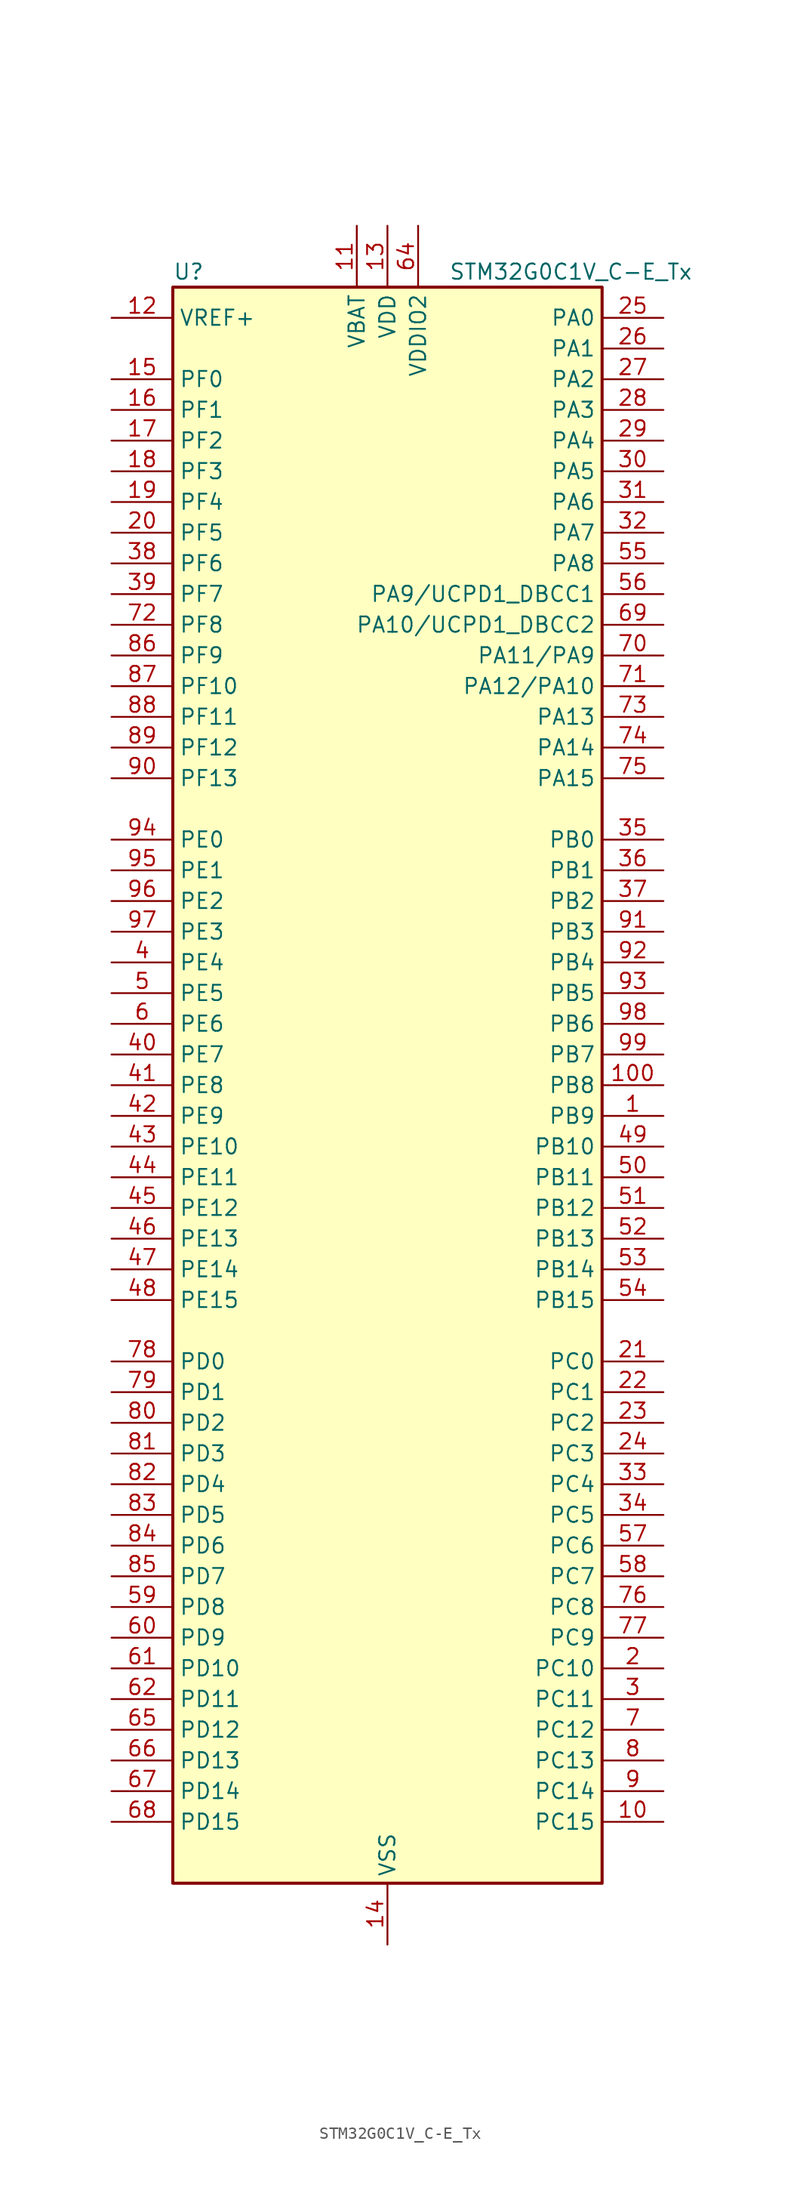
<source format=kicad_sym>
(kicad_symbol_lib
  (version 20211014)
  (generator kicad-library-utils)
  (symbol "STM32G0C1V_C-E_Tx"
    (property "Reference" "U"
      (at -17.78 67.31 0)
      (effects (font (size 1.27 1.27)) (justify left)))
    (property "Value" "STM32G0C1V_C-E_Tx"
      (at 5.08 67.31 0)
      (effects (font (size 1.27 1.27)) (justify left)))
    (property "ki_fp_filters" "LQFP*14x14mm*P0.5mm*"
      (at 0.0 0.0 0.0)
      (effects (font (size 1.27 1.27))))
    (symbol "STM32G0C1V_C-E_Tx_0_1"
      (rectangle (start -17.78 -66.04) (end 17.78 66.04) (stroke (width 0.254)) (fill (type background))))
    (symbol "STM32G0C1V_C-E_Tx_1_1"
      (pin input line (at -22.86 63.5 0) (length 5.08) (name "VREF+" (effects (font (size 1.27 1.27)))) (number "12" (effects (font (size 1.27 1.27)))) (alternate "VREFBUF_OUT" bidirectional line))
      (pin bidirectional line (at -22.86 58.42 0) (length 5.08) (name "PF0" (effects (font (size 1.27 1.27)))) (number "15" (effects (font (size 1.27 1.27)))) (alternate "CRS1_SYNC" bidirectional line) (alternate "RCC_OSC_IN" bidirectional line) (alternate "TIM14_CH1" bidirectional line))
      (pin bidirectional line (at -22.86 55.88 0) (length 5.08) (name "PF1" (effects (font (size 1.27 1.27)))) (number "16" (effects (font (size 1.27 1.27)))) (alternate "RCC_OSC_EN" bidirectional line) (alternate "RCC_OSC_OUT" bidirectional line) (alternate "TIM15_CH1N" bidirectional line))
      (pin bidirectional line (at -22.86 53.34 0) (length 5.08) (name "PF2" (effects (font (size 1.27 1.27)))) (number "17" (effects (font (size 1.27 1.27)))) (alternate "LPUART2_DE" bidirectional line) (alternate "LPUART2_RTS" bidirectional line) (alternate "LPUART2_TX" bidirectional line) (alternate "RCC_MCO" bidirectional line))
      (pin bidirectional line (at -22.86 50.8 0) (length 5.08) (name "PF3" (effects (font (size 1.27 1.27)))) (number "18" (effects (font (size 1.27 1.27)))) (alternate "LPUART2_RX" bidirectional line) (alternate "USART6_CK" bidirectional line) (alternate "USART6_DE" bidirectional line) (alternate "USART6_RTS" bidirectional line))
      (pin bidirectional line (at -22.86 48.26 0) (length 5.08) (name "PF4" (effects (font (size 1.27 1.27)))) (number "19" (effects (font (size 1.27 1.27)))) (alternate "LPUART1_TX" bidirectional line))
      (pin bidirectional line (at -22.86 45.72 0) (length 5.08) (name "PF5" (effects (font (size 1.27 1.27)))) (number "20" (effects (font (size 1.27 1.27)))) (alternate "LPUART1_RX" bidirectional line))
      (pin bidirectional line (at -22.86 43.18 0) (length 5.08) (name "PF6" (effects (font (size 1.27 1.27)))) (number "38" (effects (font (size 1.27 1.27)))) (alternate "LPUART1_DE" bidirectional line) (alternate "LPUART1_RTS" bidirectional line))
      (pin bidirectional line (at -22.86 40.64 0) (length 5.08) (name "PF7" (effects (font (size 1.27 1.27)))) (number "39" (effects (font (size 1.27 1.27)))) (alternate "LPUART1_CTS" bidirectional line) (alternate "USART5_CTS" bidirectional line) (alternate "USART5_NSS" bidirectional line))
      (pin bidirectional line (at -22.86 38.1 0) (length 5.08) (name "PF8" (effects (font (size 1.27 1.27)))) (number "72" (effects (font (size 1.27 1.27)))))
      (pin bidirectional line (at -22.86 35.56 0) (length 5.08) (name "PF9" (effects (font (size 1.27 1.27)))) (number "86" (effects (font (size 1.27 1.27)))) (alternate "DAC1_EXTI9" bidirectional line) (alternate "USART6_TX" bidirectional line))
      (pin bidirectional line (at -22.86 33.02 0) (length 5.08) (name "PF10" (effects (font (size 1.27 1.27)))) (number "87" (effects (font (size 1.27 1.27)))) (alternate "USART6_RX" bidirectional line))
      (pin bidirectional line (at -22.86 30.48 0) (length 5.08) (name "PF11" (effects (font (size 1.27 1.27)))) (number "88" (effects (font (size 1.27 1.27)))) (alternate "ADC1_EXTI11" bidirectional line) (alternate "USART6_CK" bidirectional line) (alternate "USART6_DE" bidirectional line) (alternate "USART6_RTS" bidirectional line))
      (pin bidirectional line (at -22.86 27.94 0) (length 5.08) (name "PF12" (effects (font (size 1.27 1.27)))) (number "89" (effects (font (size 1.27 1.27)))) (alternate "TIM15_CH1" bidirectional line) (alternate "USART6_CTS" bidirectional line) (alternate "USART6_NSS" bidirectional line))
      (pin bidirectional line (at -22.86 25.4 0) (length 5.08) (name "PF13" (effects (font (size 1.27 1.27)))) (number "90" (effects (font (size 1.27 1.27)))) (alternate "TIM15_CH2" bidirectional line))
      (pin bidirectional line (at -22.86 20.32 0) (length 5.08) (name "PE0" (effects (font (size 1.27 1.27)))) (number "94" (effects (font (size 1.27 1.27)))) (alternate "TIM16_CH1" bidirectional line) (alternate "TIM4_ETR" bidirectional line))
      (pin bidirectional line (at -22.86 17.78 0) (length 5.08) (name "PE1" (effects (font (size 1.27 1.27)))) (number "95" (effects (font (size 1.27 1.27)))) (alternate "TIM17_CH1" bidirectional line))
      (pin bidirectional line (at -22.86 15.24 0) (length 5.08) (name "PE2" (effects (font (size 1.27 1.27)))) (number "96" (effects (font (size 1.27 1.27)))) (alternate "TIM3_ETR" bidirectional line))
      (pin bidirectional line (at -22.86 12.7 0) (length 5.08) (name "PE3" (effects (font (size 1.27 1.27)))) (number "97" (effects (font (size 1.27 1.27)))) (alternate "TIM3_CH1" bidirectional line))
      (pin bidirectional line (at -22.86 10.16 0) (length 5.08) (name "PE4" (effects (font (size 1.27 1.27)))) (number "4" (effects (font (size 1.27 1.27)))) (alternate "TIM3_CH2" bidirectional line))
      (pin bidirectional line (at -22.86 7.62 0) (length 5.08) (name "PE5" (effects (font (size 1.27 1.27)))) (number "5" (effects (font (size 1.27 1.27)))) (alternate "TIM3_CH3" bidirectional line))
      (pin bidirectional line (at -22.86 5.08 0) (length 5.08) (name "PE6" (effects (font (size 1.27 1.27)))) (number "6" (effects (font (size 1.27 1.27)))) (alternate "RTC_TAMP_IN3" bidirectional line) (alternate "SYS_WKUP3" bidirectional line) (alternate "TIM3_CH4" bidirectional line))
      (pin bidirectional line (at -22.86 2.54 0) (length 5.08) (name "PE7" (effects (font (size 1.27 1.27)))) (number "40" (effects (font (size 1.27 1.27)))) (alternate "COMP3_INP" bidirectional line) (alternate "TIM1_ETR" bidirectional line) (alternate "USART5_CK" bidirectional line) (alternate "USART5_DE" bidirectional line) (alternate "USART5_RTS" bidirectional line))
      (pin bidirectional line (at -22.86 0.0 0) (length 5.08) (name "PE8" (effects (font (size 1.27 1.27)))) (number "41" (effects (font (size 1.27 1.27)))) (alternate "COMP3_INM" bidirectional line) (alternate "TIM1_CH1N" bidirectional line) (alternate "USART4_TX" bidirectional line))
      (pin bidirectional line (at -22.86 -2.54 0) (length 5.08) (name "PE9" (effects (font (size 1.27 1.27)))) (number "42" (effects (font (size 1.27 1.27)))) (alternate "DAC1_EXTI9" bidirectional line) (alternate "TIM1_CH1" bidirectional line) (alternate "USART4_RX" bidirectional line))
      (pin bidirectional line (at -22.86 -5.08 0) (length 5.08) (name "PE10" (effects (font (size 1.27 1.27)))) (number "43" (effects (font (size 1.27 1.27)))) (alternate "TIM1_CH2N" bidirectional line) (alternate "USART5_TX" bidirectional line))
      (pin bidirectional line (at -22.86 -7.62 0) (length 5.08) (name "PE11" (effects (font (size 1.27 1.27)))) (number "44" (effects (font (size 1.27 1.27)))) (alternate "ADC1_EXTI11" bidirectional line) (alternate "TIM1_CH2" bidirectional line) (alternate "USART5_RX" bidirectional line))
      (pin bidirectional line (at -22.86 -10.16 0) (length 5.08) (name "PE12" (effects (font (size 1.27 1.27)))) (number "45" (effects (font (size 1.27 1.27)))) (alternate "I2S1_WS" bidirectional line) (alternate "SPI1_NSS" bidirectional line) (alternate "TIM1_CH3N" bidirectional line))
      (pin bidirectional line (at -22.86 -12.7 0) (length 5.08) (name "PE13" (effects (font (size 1.27 1.27)))) (number "46" (effects (font (size 1.27 1.27)))) (alternate "I2S1_CK" bidirectional line) (alternate "SPI1_SCK" bidirectional line) (alternate "TIM1_CH3" bidirectional line))
      (pin bidirectional line (at -22.86 -15.24 0) (length 5.08) (name "PE14" (effects (font (size 1.27 1.27)))) (number "47" (effects (font (size 1.27 1.27)))) (alternate "I2S1_MCK" bidirectional line) (alternate "SPI1_MISO" bidirectional line) (alternate "TIM1_BK2" bidirectional line) (alternate "TIM1_CH4" bidirectional line))
      (pin bidirectional line (at -22.86 -17.78 0) (length 5.08) (name "PE15" (effects (font (size 1.27 1.27)))) (number "48" (effects (font (size 1.27 1.27)))) (alternate "I2S1_SD" bidirectional line) (alternate "SPI1_MOSI" bidirectional line) (alternate "TIM1_BK" bidirectional line))
      (pin bidirectional line (at -22.86 -22.86 0) (length 5.08) (name "PD0" (effects (font (size 1.27 1.27)))) (number "78" (effects (font (size 1.27 1.27)))) (alternate "FDCAN1_RX" bidirectional line) (alternate "I2S2_WS" bidirectional line) (alternate "SPI2_NSS" bidirectional line) (alternate "TIM16_CH1" bidirectional line) (alternate "UCPD2_CC1" bidirectional line))
      (pin bidirectional line (at -22.86 -25.4 0) (length 5.08) (name "PD1" (effects (font (size 1.27 1.27)))) (number "79" (effects (font (size 1.27 1.27)))) (alternate "FDCAN1_TX" bidirectional line) (alternate "I2S2_CK" bidirectional line) (alternate "SPI2_SCK" bidirectional line) (alternate "TIM17_CH1" bidirectional line) (alternate "UCPD2_DBCC1" bidirectional line))
      (pin bidirectional line (at -22.86 -27.94 0) (length 5.08) (name "PD2" (effects (font (size 1.27 1.27)))) (number "80" (effects (font (size 1.27 1.27)))) (alternate "TIM1_CH1N" bidirectional line) (alternate "TIM3_ETR" bidirectional line) (alternate "UCPD2_CC2" bidirectional line) (alternate "USART3_CK" bidirectional line) (alternate "USART3_DE" bidirectional line) (alternate "USART3_RTS" bidirectional line) (alternate "USART5_RX" bidirectional line))
      (pin bidirectional line (at -22.86 -30.48 0) (length 5.08) (name "PD3" (effects (font (size 1.27 1.27)))) (number "81" (effects (font (size 1.27 1.27)))) (alternate "I2S2_MCK" bidirectional line) (alternate "SPI2_MISO" bidirectional line) (alternate "TIM1_CH2N" bidirectional line) (alternate "UCPD2_DBCC2" bidirectional line) (alternate "USART2_CTS" bidirectional line) (alternate "USART2_NSS" bidirectional line) (alternate "USART5_TX" bidirectional line))
      (pin bidirectional line (at -22.86 -33.02 0) (length 5.08) (name "PD4" (effects (font (size 1.27 1.27)))) (number "82" (effects (font (size 1.27 1.27)))) (alternate "I2S2_SD" bidirectional line) (alternate "SPI2_MOSI" bidirectional line) (alternate "TIM1_CH3N" bidirectional line) (alternate "USART2_CK" bidirectional line) (alternate "USART2_DE" bidirectional line) (alternate "USART2_RTS" bidirectional line) (alternate "USART5_CK" bidirectional line) (alternate "USART5_DE" bidirectional line) (alternate "USART5_RTS" bidirectional line))
      (pin bidirectional line (at -22.86 -35.56 0) (length 5.08) (name "PD5" (effects (font (size 1.27 1.27)))) (number "83" (effects (font (size 1.27 1.27)))) (alternate "I2S1_MCK" bidirectional line) (alternate "SPI1_MISO" bidirectional line) (alternate "TIM1_BK" bidirectional line) (alternate "USART2_TX" bidirectional line) (alternate "USART5_CTS" bidirectional line) (alternate "USART5_NSS" bidirectional line))
      (pin bidirectional line (at -22.86 -38.1 0) (length 5.08) (name "PD6" (effects (font (size 1.27 1.27)))) (number "84" (effects (font (size 1.27 1.27)))) (alternate "I2S1_SD" bidirectional line) (alternate "LPTIM2_OUT" bidirectional line) (alternate "SPI1_MOSI" bidirectional line) (alternate "USART2_RX" bidirectional line))
      (pin bidirectional line (at -22.86 -40.64 0) (length 5.08) (name "PD7" (effects (font (size 1.27 1.27)))) (number "85" (effects (font (size 1.27 1.27)))) (alternate "RCC_MCO_2" bidirectional line))
      (pin bidirectional line (at -22.86 -43.18 0) (length 5.08) (name "PD8" (effects (font (size 1.27 1.27)))) (number "59" (effects (font (size 1.27 1.27)))) (alternate "I2S1_CK" bidirectional line) (alternate "LPTIM1_OUT" bidirectional line) (alternate "SPI1_SCK" bidirectional line) (alternate "USART3_TX" bidirectional line))
      (pin bidirectional line (at -22.86 -45.72 0) (length 5.08) (name "PD9" (effects (font (size 1.27 1.27)))) (number "60" (effects (font (size 1.27 1.27)))) (alternate "DAC1_EXTI9" bidirectional line) (alternate "I2S1_WS" bidirectional line) (alternate "SPI1_NSS" bidirectional line) (alternate "TIM1_BK2" bidirectional line) (alternate "USART3_RX" bidirectional line))
      (pin bidirectional line (at -22.86 -48.26 0) (length 5.08) (name "PD10" (effects (font (size 1.27 1.27)))) (number "61" (effects (font (size 1.27 1.27)))) (alternate "RCC_MCO" bidirectional line))
      (pin bidirectional line (at -22.86 -50.8 0) (length 5.08) (name "PD11" (effects (font (size 1.27 1.27)))) (number "62" (effects (font (size 1.27 1.27)))) (alternate "ADC1_EXTI11" bidirectional line) (alternate "LPTIM2_ETR" bidirectional line) (alternate "USART3_CTS" bidirectional line) (alternate "USART3_NSS" bidirectional line))
      (pin bidirectional line (at -22.86 -53.34 0) (length 5.08) (name "PD12" (effects (font (size 1.27 1.27)))) (number "65" (effects (font (size 1.27 1.27)))) (alternate "FDCAN1_RX" bidirectional line) (alternate "LPTIM2_IN1" bidirectional line) (alternate "TIM4_CH1" bidirectional line) (alternate "USART3_CK" bidirectional line) (alternate "USART3_DE" bidirectional line) (alternate "USART3_RTS" bidirectional line))
      (pin bidirectional line (at -22.86 -55.88 0) (length 5.08) (name "PD13" (effects (font (size 1.27 1.27)))) (number "66" (effects (font (size 1.27 1.27)))) (alternate "FDCAN1_TX" bidirectional line) (alternate "LPTIM2_OUT" bidirectional line) (alternate "TIM4_CH2" bidirectional line))
      (pin bidirectional line (at -22.86 -58.42 0) (length 5.08) (name "PD14" (effects (font (size 1.27 1.27)))) (number "67" (effects (font (size 1.27 1.27)))) (alternate "FDCAN2_RX" bidirectional line) (alternate "LPUART2_CTS" bidirectional line) (alternate "TIM4_CH3" bidirectional line))
      (pin bidirectional line (at -22.86 -60.96 0) (length 5.08) (name "PD15" (effects (font (size 1.27 1.27)))) (number "68" (effects (font (size 1.27 1.27)))) (alternate "CRS1_SYNC" bidirectional line) (alternate "FDCAN2_TX" bidirectional line) (alternate "LPUART2_DE" bidirectional line) (alternate "LPUART2_RTS" bidirectional line) (alternate "TIM4_CH4" bidirectional line))
      (pin bidirectional line (at 22.86 63.5 180) (length 5.08) (name "PA0" (effects (font (size 1.27 1.27)))) (number "25" (effects (font (size 1.27 1.27)))) (alternate "ADC1_IN0" bidirectional line) (alternate "COMP1_INM" bidirectional line) (alternate "COMP1_OUT" bidirectional line) (alternate "I2S2_CK" bidirectional line) (alternate "LPTIM1_OUT" bidirectional line) (alternate "RTC_TAMP_IN2" bidirectional line) (alternate "SPI2_SCK" bidirectional line) (alternate "SYS_WKUP1" bidirectional line) (alternate "TIM2_CH1" bidirectional line) (alternate "TIM2_ETR" bidirectional line) (alternate "UCPD2_FRSTX1" bidirectional line) (alternate "UCPD2_FRSTX2" bidirectional line) (alternate "USART2_CTS" bidirectional line) (alternate "USART2_NSS" bidirectional line) (alternate "USART4_TX" bidirectional line))
      (pin bidirectional line (at 22.86 60.96 180) (length 5.08) (name "PA1" (effects (font (size 1.27 1.27)))) (number "26" (effects (font (size 1.27 1.27)))) (alternate "ADC1_IN1" bidirectional line) (alternate "COMP1_INP" bidirectional line) (alternate "I2C1_SMBA" bidirectional line) (alternate "I2S1_CK" bidirectional line) (alternate "SPI1_SCK" bidirectional line) (alternate "TIM15_CH1N" bidirectional line) (alternate "TIM2_CH2" bidirectional line) (alternate "USART2_CK" bidirectional line) (alternate "USART2_DE" bidirectional line) (alternate "USART2_RTS" bidirectional line) (alternate "USART4_RX" bidirectional line))
      (pin bidirectional line (at 22.86 58.42 180) (length 5.08) (name "PA2" (effects (font (size 1.27 1.27)))) (number "27" (effects (font (size 1.27 1.27)))) (alternate "ADC1_IN2" bidirectional line) (alternate "COMP2_INM" bidirectional line) (alternate "COMP2_OUT" bidirectional line) (alternate "I2S1_SD" bidirectional line) (alternate "LPUART1_TX" bidirectional line) (alternate "RCC_LSCO" bidirectional line) (alternate "SPI1_MOSI" bidirectional line) (alternate "SYS_WKUP4" bidirectional line) (alternate "TIM15_CH1" bidirectional line) (alternate "TIM2_CH3" bidirectional line) (alternate "UCPD1_FRSTX1" bidirectional line) (alternate "UCPD1_FRSTX2" bidirectional line) (alternate "USART2_TX" bidirectional line))
      (pin bidirectional line (at 22.86 55.88 180) (length 5.08) (name "PA3" (effects (font (size 1.27 1.27)))) (number "28" (effects (font (size 1.27 1.27)))) (alternate "ADC1_IN3" bidirectional line) (alternate "COMP2_INP" bidirectional line) (alternate "I2S2_MCK" bidirectional line) (alternate "LPUART1_RX" bidirectional line) (alternate "SPI2_MISO" bidirectional line) (alternate "TIM15_CH2" bidirectional line) (alternate "TIM2_CH4" bidirectional line) (alternate "UCPD2_FRSTX1" bidirectional line) (alternate "UCPD2_FRSTX2" bidirectional line) (alternate "USART2_RX" bidirectional line))
      (pin bidirectional line (at 22.86 53.34 180) (length 5.08) (name "PA4" (effects (font (size 1.27 1.27)))) (number "29" (effects (font (size 1.27 1.27)))) (alternate "ADC1_IN4" bidirectional line) (alternate "DAC1_OUT1" bidirectional line) (alternate "I2S1_WS" bidirectional line) (alternate "I2S2_SD" bidirectional line) (alternate "LPTIM2_OUT" bidirectional line) (alternate "RTC_OUT2" bidirectional line) (alternate "SPI1_NSS" bidirectional line) (alternate "SPI2_MOSI" bidirectional line) (alternate "SPI3_NSS" bidirectional line) (alternate "TIM14_CH1" bidirectional line) (alternate "UCPD2_FRSTX1" bidirectional line) (alternate "UCPD2_FRSTX2" bidirectional line) (alternate "USART6_TX" bidirectional line) (alternate "USB_NOE" bidirectional line))
      (pin bidirectional line (at 22.86 50.8 180) (length 5.08) (name "PA5" (effects (font (size 1.27 1.27)))) (number "30" (effects (font (size 1.27 1.27)))) (alternate "ADC1_IN5" bidirectional line) (alternate "CEC" bidirectional line) (alternate "DAC1_OUT2" bidirectional line) (alternate "I2S1_CK" bidirectional line) (alternate "LPTIM2_ETR" bidirectional line) (alternate "SPI1_SCK" bidirectional line) (alternate "TIM2_CH1" bidirectional line) (alternate "TIM2_ETR" bidirectional line) (alternate "UCPD1_FRSTX1" bidirectional line) (alternate "UCPD1_FRSTX2" bidirectional line) (alternate "USART3_TX" bidirectional line) (alternate "USART6_RX" bidirectional line))
      (pin bidirectional line (at 22.86 48.26 180) (length 5.08) (name "PA6" (effects (font (size 1.27 1.27)))) (number "31" (effects (font (size 1.27 1.27)))) (alternate "ADC1_IN6" bidirectional line) (alternate "COMP1_OUT" bidirectional line) (alternate "I2C2_SDA" bidirectional line) (alternate "I2C3_SDA" bidirectional line) (alternate "I2S1_MCK" bidirectional line) (alternate "LPUART1_CTS" bidirectional line) (alternate "SPI1_MISO" bidirectional line) (alternate "TIM16_CH1" bidirectional line) (alternate "TIM1_BK" bidirectional line) (alternate "TIM3_CH1" bidirectional line) (alternate "USART3_CTS" bidirectional line) (alternate "USART3_NSS" bidirectional line) (alternate "USART6_CTS" bidirectional line) (alternate "USART6_NSS" bidirectional line))
      (pin bidirectional line (at 22.86 45.72 180) (length 5.08) (name "PA7" (effects (font (size 1.27 1.27)))) (number "32" (effects (font (size 1.27 1.27)))) (alternate "ADC1_IN7" bidirectional line) (alternate "COMP2_OUT" bidirectional line) (alternate "I2C2_SCL" bidirectional line) (alternate "I2C3_SCL" bidirectional line) (alternate "I2S1_SD" bidirectional line) (alternate "SPI1_MOSI" bidirectional line) (alternate "TIM14_CH1" bidirectional line) (alternate "TIM17_CH1" bidirectional line) (alternate "TIM1_CH1N" bidirectional line) (alternate "TIM3_CH2" bidirectional line) (alternate "UCPD1_FRSTX1" bidirectional line) (alternate "UCPD1_FRSTX2" bidirectional line) (alternate "USART6_CK" bidirectional line) (alternate "USART6_DE" bidirectional line) (alternate "USART6_RTS" bidirectional line))
      (pin bidirectional line (at 22.86 43.18 180) (length 5.08) (name "PA8" (effects (font (size 1.27 1.27)))) (number "55" (effects (font (size 1.27 1.27)))) (alternate "CRS1_SYNC" bidirectional line) (alternate "I2C2_SMBA" bidirectional line) (alternate "I2S2_WS" bidirectional line) (alternate "LPTIM2_OUT" bidirectional line) (alternate "RCC_MCO" bidirectional line) (alternate "SPI2_NSS" bidirectional line) (alternate "TIM1_CH1" bidirectional line) (alternate "UCPD1_CC1" bidirectional line))
      (pin bidirectional line (at 22.86 40.64 180) (length 5.08) (name "PA9/UCPD1_DBCC1" (effects (font (size 1.27 1.27)))) (number "56" (effects (font (size 1.27 1.27)))) (alternate "DAC1_EXTI9" bidirectional line) (alternate "I2C1_SCL" bidirectional line) (alternate "I2C2_SCL" bidirectional line) (alternate "I2S2_MCK" bidirectional line) (alternate "RCC_MCO" bidirectional line) (alternate "SPI2_MISO" bidirectional line) (alternate "TIM15_BK" bidirectional line) (alternate "TIM1_CH2" bidirectional line) (alternate "UCPD1_DBCC1" bidirectional line) (alternate "USART1_TX" bidirectional line))
      (pin bidirectional line (at 22.86 38.1 180) (length 5.08) (name "PA10/UCPD1_DBCC2" (effects (font (size 1.27 1.27)))) (number "69" (effects (font (size 1.27 1.27)))) (alternate "I2C1_SDA" bidirectional line) (alternate "I2C2_SDA" bidirectional line) (alternate "I2S2_SD" bidirectional line) (alternate "RCC_MCO_2" bidirectional line) (alternate "SPI2_MOSI" bidirectional line) (alternate "TIM17_BK" bidirectional line) (alternate "TIM1_CH3" bidirectional line) (alternate "UCPD1_DBCC2" bidirectional line) (alternate "USART1_RX" bidirectional line))
      (pin bidirectional line (at 22.86 35.56 180) (length 5.08) (name "PA11/PA9" (effects (font (size 1.27 1.27)))) (number "70" (effects (font (size 1.27 1.27)))) (alternate "ADC1_EXTI11" bidirectional line) (alternate "COMP1_OUT" bidirectional line) (alternate "FDCAN1_RX" bidirectional line) (alternate "I2C2_SCL" bidirectional line) (alternate "I2S1_MCK" bidirectional line) (alternate "SPI1_MISO" bidirectional line) (alternate "TIM1_BK2" bidirectional line) (alternate "TIM1_CH4" bidirectional line) (alternate "USART1_CTS" bidirectional line) (alternate "USART1_NSS" bidirectional line) (alternate "USB_DM" bidirectional line))
      (pin bidirectional line (at 22.86 33.02 180) (length 5.08) (name "PA12/PA10" (effects (font (size 1.27 1.27)))) (number "71" (effects (font (size 1.27 1.27)))) (alternate "COMP2_OUT" bidirectional line) (alternate "FDCAN1_TX" bidirectional line) (alternate "I2C2_SDA" bidirectional line) (alternate "I2S1_SD" bidirectional line) (alternate "I2S_CKIN" bidirectional line) (alternate "SPI1_MOSI" bidirectional line) (alternate "TIM1_ETR" bidirectional line) (alternate "USART1_CK" bidirectional line) (alternate "USART1_DE" bidirectional line) (alternate "USART1_RTS" bidirectional line) (alternate "USB_DP" bidirectional line))
      (pin bidirectional line (at 22.86 30.48 180) (length 5.08) (name "PA13" (effects (font (size 1.27 1.27)))) (number "73" (effects (font (size 1.27 1.27)))) (alternate "IR_OUT" bidirectional line) (alternate "LPUART2_RX" bidirectional line) (alternate "SYS_SWDIO" bidirectional line) (alternate "USB_NOE" bidirectional line))
      (pin bidirectional line (at 22.86 27.94 180) (length 5.08) (name "PA14" (effects (font (size 1.27 1.27)))) (number "74" (effects (font (size 1.27 1.27)))) (alternate "LPUART2_TX" bidirectional line) (alternate "SYS_SWCLK" bidirectional line) (alternate "USART2_TX" bidirectional line))
      (pin bidirectional line (at 22.86 25.4 180) (length 5.08) (name "PA15" (effects (font (size 1.27 1.27)))) (number "75" (effects (font (size 1.27 1.27)))) (alternate "I2C2_SMBA" bidirectional line) (alternate "I2S1_WS" bidirectional line) (alternate "RCC_MCO_2" bidirectional line) (alternate "SPI1_NSS" bidirectional line) (alternate "SPI3_NSS" bidirectional line) (alternate "TIM2_CH1" bidirectional line) (alternate "TIM2_ETR" bidirectional line) (alternate "USART2_RX" bidirectional line) (alternate "USART3_CK" bidirectional line) (alternate "USART3_DE" bidirectional line) (alternate "USART3_RTS" bidirectional line) (alternate "USART4_CK" bidirectional line) (alternate "USART4_DE" bidirectional line) (alternate "USART4_RTS" bidirectional line) (alternate "USB_NOE" bidirectional line))
      (pin bidirectional line (at 22.86 20.32 180) (length 5.08) (name "PB0" (effects (font (size 1.27 1.27)))) (number "35" (effects (font (size 1.27 1.27)))) (alternate "ADC1_IN8" bidirectional line) (alternate "COMP1_OUT" bidirectional line) (alternate "COMP3_INP" bidirectional line) (alternate "FDCAN2_RX" bidirectional line) (alternate "I2S1_WS" bidirectional line) (alternate "LPTIM1_OUT" bidirectional line) (alternate "LPUART2_CTS" bidirectional line) (alternate "SPI1_NSS" bidirectional line) (alternate "TIM1_CH2N" bidirectional line) (alternate "TIM3_CH3" bidirectional line) (alternate "UCPD1_FRSTX1" bidirectional line) (alternate "UCPD1_FRSTX2" bidirectional line) (alternate "USART3_RX" bidirectional line) (alternate "USART5_TX" bidirectional line))
      (pin bidirectional line (at 22.86 17.78 180) (length 5.08) (name "PB1" (effects (font (size 1.27 1.27)))) (number "36" (effects (font (size 1.27 1.27)))) (alternate "ADC1_IN9" bidirectional line) (alternate "COMP1_INM" bidirectional line) (alternate "COMP3_OUT" bidirectional line) (alternate "FDCAN2_TX" bidirectional line) (alternate "LPTIM2_IN1" bidirectional line) (alternate "LPUART1_DE" bidirectional line) (alternate "LPUART1_RTS" bidirectional line) (alternate "LPUART2_DE" bidirectional line) (alternate "LPUART2_RTS" bidirectional line) (alternate "TIM14_CH1" bidirectional line) (alternate "TIM1_CH3N" bidirectional line) (alternate "TIM3_CH4" bidirectional line) (alternate "USART3_CK" bidirectional line) (alternate "USART3_DE" bidirectional line) (alternate "USART3_RTS" bidirectional line) (alternate "USART5_RX" bidirectional line))
      (pin bidirectional line (at 22.86 15.24 180) (length 5.08) (name "PB2" (effects (font (size 1.27 1.27)))) (number "37" (effects (font (size 1.27 1.27)))) (alternate "ADC1_IN10" bidirectional line) (alternate "COMP1_INP" bidirectional line) (alternate "COMP3_INM" bidirectional line) (alternate "I2S2_MCK" bidirectional line) (alternate "LPTIM1_OUT" bidirectional line) (alternate "RCC_MCO_2" bidirectional line) (alternate "SPI2_MISO" bidirectional line) (alternate "USART3_TX" bidirectional line))
      (pin bidirectional line (at 22.86 12.7 180) (length 5.08) (name "PB3" (effects (font (size 1.27 1.27)))) (number "91" (effects (font (size 1.27 1.27)))) (alternate "COMP2_INM" bidirectional line) (alternate "I2C2_SCL" bidirectional line) (alternate "I2C3_SCL" bidirectional line) (alternate "I2S1_CK" bidirectional line) (alternate "SPI1_SCK" bidirectional line) (alternate "SPI3_SCK" bidirectional line) (alternate "TIM1_CH2" bidirectional line) (alternate "TIM2_CH2" bidirectional line) (alternate "USART1_CK" bidirectional line) (alternate "USART1_DE" bidirectional line) (alternate "USART1_RTS" bidirectional line) (alternate "USART5_TX" bidirectional line))
      (pin bidirectional line (at 22.86 10.16 180) (length 5.08) (name "PB4" (effects (font (size 1.27 1.27)))) (number "92" (effects (font (size 1.27 1.27)))) (alternate "COMP2_INP" bidirectional line) (alternate "I2C2_SDA" bidirectional line) (alternate "I2C3_SDA" bidirectional line) (alternate "I2S1_MCK" bidirectional line) (alternate "SPI1_MISO" bidirectional line) (alternate "SPI3_MISO" bidirectional line) (alternate "TIM17_BK" bidirectional line) (alternate "TIM3_CH1" bidirectional line) (alternate "USART1_CTS" bidirectional line) (alternate "USART1_NSS" bidirectional line) (alternate "USART5_RX" bidirectional line))
      (pin bidirectional line (at 22.86 7.62 180) (length 5.08) (name "PB5" (effects (font (size 1.27 1.27)))) (number "93" (effects (font (size 1.27 1.27)))) (alternate "COMP2_OUT" bidirectional line) (alternate "FDCAN2_RX" bidirectional line) (alternate "I2C1_SMBA" bidirectional line) (alternate "I2S1_SD" bidirectional line) (alternate "LPTIM1_IN1" bidirectional line) (alternate "SPI1_MOSI" bidirectional line) (alternate "SPI3_MOSI" bidirectional line) (alternate "SYS_WKUP6" bidirectional line) (alternate "TIM16_BK" bidirectional line) (alternate "TIM3_CH2" bidirectional line) (alternate "USART5_CK" bidirectional line) (alternate "USART5_DE" bidirectional line) (alternate "USART5_RTS" bidirectional line))
      (pin bidirectional line (at 22.86 5.08 180) (length 5.08) (name "PB6" (effects (font (size 1.27 1.27)))) (number "98" (effects (font (size 1.27 1.27)))) (alternate "COMP2_INP" bidirectional line) (alternate "FDCAN2_TX" bidirectional line) (alternate "I2C1_SCL" bidirectional line) (alternate "I2S2_MCK" bidirectional line) (alternate "LPTIM1_ETR" bidirectional line) (alternate "LPUART2_TX" bidirectional line) (alternate "SPI2_MISO" bidirectional line) (alternate "TIM16_CH1N" bidirectional line) (alternate "TIM1_CH3" bidirectional line) (alternate "TIM4_CH1" bidirectional line) (alternate "USART1_TX" bidirectional line) (alternate "USART5_CTS" bidirectional line) (alternate "USART5_NSS" bidirectional line))
      (pin bidirectional line (at 22.86 2.54 180) (length 5.08) (name "PB7" (effects (font (size 1.27 1.27)))) (number "99" (effects (font (size 1.27 1.27)))) (alternate "COMP2_INM" bidirectional line) (alternate "I2C1_SDA" bidirectional line) (alternate "I2S2_SD" bidirectional line) (alternate "LPTIM1_IN2" bidirectional line) (alternate "LPUART2_RX" bidirectional line) (alternate "SPI2_MOSI" bidirectional line) (alternate "SYS_PVD_IN" bidirectional line) (alternate "TIM17_CH1N" bidirectional line) (alternate "TIM4_CH2" bidirectional line) (alternate "USART1_RX" bidirectional line) (alternate "USART4_CTS" bidirectional line) (alternate "USART4_NSS" bidirectional line))
      (pin bidirectional line (at 22.86 0.0 180) (length 5.08) (name "PB8" (effects (font (size 1.27 1.27)))) (number "100" (effects (font (size 1.27 1.27)))) (alternate "CEC" bidirectional line) (alternate "FDCAN1_RX" bidirectional line) (alternate "I2C1_SCL" bidirectional line) (alternate "I2S2_CK" bidirectional line) (alternate "SPI2_SCK" bidirectional line) (alternate "TIM15_BK" bidirectional line) (alternate "TIM16_CH1" bidirectional line) (alternate "TIM4_CH3" bidirectional line) (alternate "USART3_TX" bidirectional line) (alternate "USART6_TX" bidirectional line))
      (pin bidirectional line (at 22.86 -2.54 180) (length 5.08) (name "PB9" (effects (font (size 1.27 1.27)))) (number "1" (effects (font (size 1.27 1.27)))) (alternate "DAC1_EXTI9" bidirectional line) (alternate "FDCAN1_TX" bidirectional line) (alternate "I2C1_SDA" bidirectional line) (alternate "I2S2_WS" bidirectional line) (alternate "IR_OUT" bidirectional line) (alternate "SPI2_NSS" bidirectional line) (alternate "TIM17_CH1" bidirectional line) (alternate "TIM4_CH4" bidirectional line) (alternate "UCPD2_FRSTX1" bidirectional line) (alternate "UCPD2_FRSTX2" bidirectional line) (alternate "USART3_RX" bidirectional line) (alternate "USART6_RX" bidirectional line))
      (pin bidirectional line (at 22.86 -5.08 180) (length 5.08) (name "PB10" (effects (font (size 1.27 1.27)))) (number "49" (effects (font (size 1.27 1.27)))) (alternate "ADC1_IN11" bidirectional line) (alternate "CEC" bidirectional line) (alternate "COMP1_OUT" bidirectional line) (alternate "I2C2_SCL" bidirectional line) (alternate "I2S2_CK" bidirectional line) (alternate "LPUART1_RX" bidirectional line) (alternate "SPI2_SCK" bidirectional line) (alternate "TIM2_CH3" bidirectional line) (alternate "USART3_TX" bidirectional line))
      (pin bidirectional line (at 22.86 -7.62 180) (length 5.08) (name "PB11" (effects (font (size 1.27 1.27)))) (number "50" (effects (font (size 1.27 1.27)))) (alternate "ADC1_EXTI11" bidirectional line) (alternate "ADC1_IN15" bidirectional line) (alternate "COMP2_OUT" bidirectional line) (alternate "I2C2_SDA" bidirectional line) (alternate "I2S2_SD" bidirectional line) (alternate "LPUART1_TX" bidirectional line) (alternate "SPI2_MOSI" bidirectional line) (alternate "TIM2_CH4" bidirectional line) (alternate "USART3_RX" bidirectional line))
      (pin bidirectional line (at 22.86 -10.16 180) (length 5.08) (name "PB12" (effects (font (size 1.27 1.27)))) (number "51" (effects (font (size 1.27 1.27)))) (alternate "ADC1_IN16" bidirectional line) (alternate "FDCAN2_RX" bidirectional line) (alternate "I2C2_SMBA" bidirectional line) (alternate "I2S2_WS" bidirectional line) (alternate "LPUART1_DE" bidirectional line) (alternate "LPUART1_RTS" bidirectional line) (alternate "SPI2_NSS" bidirectional line) (alternate "TIM15_BK" bidirectional line) (alternate "TIM1_BK" bidirectional line) (alternate "UCPD2_FRSTX1" bidirectional line) (alternate "UCPD2_FRSTX2" bidirectional line))
      (pin bidirectional line (at 22.86 -12.7 180) (length 5.08) (name "PB13" (effects (font (size 1.27 1.27)))) (number "52" (effects (font (size 1.27 1.27)))) (alternate "FDCAN2_TX" bidirectional line) (alternate "I2C2_SCL" bidirectional line) (alternate "I2S2_CK" bidirectional line) (alternate "LPUART1_CTS" bidirectional line) (alternate "SPI2_SCK" bidirectional line) (alternate "TIM15_CH1N" bidirectional line) (alternate "TIM1_CH1N" bidirectional line) (alternate "USART3_CTS" bidirectional line) (alternate "USART3_NSS" bidirectional line))
      (pin bidirectional line (at 22.86 -15.24 180) (length 5.08) (name "PB14" (effects (font (size 1.27 1.27)))) (number "53" (effects (font (size 1.27 1.27)))) (alternate "I2C2_SDA" bidirectional line) (alternate "I2S2_MCK" bidirectional line) (alternate "SPI2_MISO" bidirectional line) (alternate "TIM15_CH1" bidirectional line) (alternate "TIM1_CH2N" bidirectional line) (alternate "UCPD1_FRSTX1" bidirectional line) (alternate "UCPD1_FRSTX2" bidirectional line) (alternate "USART3_CK" bidirectional line) (alternate "USART3_DE" bidirectional line) (alternate "USART3_RTS" bidirectional line) (alternate "USART6_CK" bidirectional line) (alternate "USART6_DE" bidirectional line) (alternate "USART6_RTS" bidirectional line))
      (pin bidirectional line (at 22.86 -17.78 180) (length 5.08) (name "PB15" (effects (font (size 1.27 1.27)))) (number "54" (effects (font (size 1.27 1.27)))) (alternate "I2S2_SD" bidirectional line) (alternate "RTC_REFIN" bidirectional line) (alternate "SPI2_MOSI" bidirectional line) (alternate "TIM15_CH1N" bidirectional line) (alternate "TIM15_CH2" bidirectional line) (alternate "TIM1_CH3N" bidirectional line) (alternate "UCPD1_CC2" bidirectional line) (alternate "USART6_CTS" bidirectional line) (alternate "USART6_NSS" bidirectional line))
      (pin bidirectional line (at 22.86 -22.86 180) (length 5.08) (name "PC0" (effects (font (size 1.27 1.27)))) (number "21" (effects (font (size 1.27 1.27)))) (alternate "COMP3_INM" bidirectional line) (alternate "COMP3_OUT" bidirectional line) (alternate "I2C3_SCL" bidirectional line) (alternate "LPTIM1_IN1" bidirectional line) (alternate "LPTIM2_IN1" bidirectional line) (alternate "LPUART1_RX" bidirectional line) (alternate "LPUART2_TX" bidirectional line) (alternate "USART6_TX" bidirectional line))
      (pin bidirectional line (at 22.86 -25.4 180) (length 5.08) (name "PC1" (effects (font (size 1.27 1.27)))) (number "22" (effects (font (size 1.27 1.27)))) (alternate "COMP3_INP" bidirectional line) (alternate "I2C3_SDA" bidirectional line) (alternate "LPTIM1_OUT" bidirectional line) (alternate "LPUART1_TX" bidirectional line) (alternate "LPUART2_RX" bidirectional line) (alternate "TIM15_CH1" bidirectional line) (alternate "USART6_RX" bidirectional line))
      (pin bidirectional line (at 22.86 -27.94 180) (length 5.08) (name "PC2" (effects (font (size 1.27 1.27)))) (number "23" (effects (font (size 1.27 1.27)))) (alternate "COMP3_OUT" bidirectional line) (alternate "FDCAN2_RX" bidirectional line) (alternate "I2S2_MCK" bidirectional line) (alternate "LPTIM1_IN2" bidirectional line) (alternate "SPI2_MISO" bidirectional line) (alternate "TIM15_CH2" bidirectional line))
      (pin bidirectional line (at 22.86 -30.48 180) (length 5.08) (name "PC3" (effects (font (size 1.27 1.27)))) (number "24" (effects (font (size 1.27 1.27)))) (alternate "FDCAN2_TX" bidirectional line) (alternate "I2S2_SD" bidirectional line) (alternate "LPTIM1_ETR" bidirectional line) (alternate "LPTIM2_ETR" bidirectional line) (alternate "SPI2_MOSI" bidirectional line))
      (pin bidirectional line (at 22.86 -33.02 180) (length 5.08) (name "PC4" (effects (font (size 1.27 1.27)))) (number "33" (effects (font (size 1.27 1.27)))) (alternate "ADC1_IN17" bidirectional line) (alternate "COMP1_INM" bidirectional line) (alternate "FDCAN1_RX" bidirectional line) (alternate "TIM2_CH1" bidirectional line) (alternate "TIM2_ETR" bidirectional line) (alternate "USART1_TX" bidirectional line) (alternate "USART3_TX" bidirectional line))
      (pin bidirectional line (at 22.86 -35.56 180) (length 5.08) (name "PC5" (effects (font (size 1.27 1.27)))) (number "34" (effects (font (size 1.27 1.27)))) (alternate "ADC1_IN18" bidirectional line) (alternate "COMP1_INP" bidirectional line) (alternate "FDCAN1_TX" bidirectional line) (alternate "SYS_WKUP5" bidirectional line) (alternate "TIM2_CH2" bidirectional line) (alternate "USART1_RX" bidirectional line) (alternate "USART3_RX" bidirectional line))
      (pin bidirectional line (at 22.86 -38.1 180) (length 5.08) (name "PC6" (effects (font (size 1.27 1.27)))) (number "57" (effects (font (size 1.27 1.27)))) (alternate "LPUART2_TX" bidirectional line) (alternate "TIM2_CH3" bidirectional line) (alternate "TIM3_CH1" bidirectional line) (alternate "UCPD1_FRSTX1" bidirectional line) (alternate "UCPD1_FRSTX2" bidirectional line))
      (pin bidirectional line (at 22.86 -40.64 180) (length 5.08) (name "PC7" (effects (font (size 1.27 1.27)))) (number "58" (effects (font (size 1.27 1.27)))) (alternate "LPUART2_RX" bidirectional line) (alternate "TIM2_CH4" bidirectional line) (alternate "TIM3_CH2" bidirectional line) (alternate "UCPD2_FRSTX1" bidirectional line) (alternate "UCPD2_FRSTX2" bidirectional line))
      (pin bidirectional line (at 22.86 -43.18 180) (length 5.08) (name "PC8" (effects (font (size 1.27 1.27)))) (number "76" (effects (font (size 1.27 1.27)))) (alternate "LPUART2_CTS" bidirectional line) (alternate "TIM1_CH1" bidirectional line) (alternate "TIM3_CH3" bidirectional line) (alternate "UCPD2_FRSTX1" bidirectional line) (alternate "UCPD2_FRSTX2" bidirectional line))
      (pin bidirectional line (at 22.86 -45.72 180) (length 5.08) (name "PC9" (effects (font (size 1.27 1.27)))) (number "77" (effects (font (size 1.27 1.27)))) (alternate "DAC1_EXTI9" bidirectional line) (alternate "I2S_CKIN" bidirectional line) (alternate "LPUART2_DE" bidirectional line) (alternate "LPUART2_RTS" bidirectional line) (alternate "TIM1_CH2" bidirectional line) (alternate "TIM3_CH4" bidirectional line) (alternate "USB_NOE" bidirectional line))
      (pin bidirectional line (at 22.86 -48.26 180) (length 5.08) (name "PC10" (effects (font (size 1.27 1.27)))) (number "2" (effects (font (size 1.27 1.27)))) (alternate "SPI3_SCK" bidirectional line) (alternate "TIM1_CH3" bidirectional line) (alternate "USART3_TX" bidirectional line) (alternate "USART4_TX" bidirectional line))
      (pin bidirectional line (at 22.86 -50.8 180) (length 5.08) (name "PC11" (effects (font (size 1.27 1.27)))) (number "3" (effects (font (size 1.27 1.27)))) (alternate "ADC1_EXTI11" bidirectional line) (alternate "SPI3_MISO" bidirectional line) (alternate "TIM1_CH4" bidirectional line) (alternate "USART3_RX" bidirectional line) (alternate "USART4_RX" bidirectional line))
      (pin bidirectional line (at 22.86 -53.34 180) (length 5.08) (name "PC12" (effects (font (size 1.27 1.27)))) (number "7" (effects (font (size 1.27 1.27)))) (alternate "LPTIM1_IN1" bidirectional line) (alternate "SPI3_MOSI" bidirectional line) (alternate "TIM14_CH1" bidirectional line) (alternate "UCPD1_FRSTX1" bidirectional line) (alternate "UCPD1_FRSTX2" bidirectional line) (alternate "USART5_TX" bidirectional line))
      (pin bidirectional line (at 22.86 -55.88 180) (length 5.08) (name "PC13" (effects (font (size 1.27 1.27)))) (number "8" (effects (font (size 1.27 1.27)))) (alternate "RTC_OUT1" bidirectional line) (alternate "RTC_TAMP_IN1" bidirectional line) (alternate "RTC_TS" bidirectional line) (alternate "SYS_WKUP2" bidirectional line) (alternate "TIM1_BK" bidirectional line))
      (pin bidirectional line (at 22.86 -58.42 180) (length 5.08) (name "PC14" (effects (font (size 1.27 1.27)))) (number "9" (effects (font (size 1.27 1.27)))) (alternate "RCC_OSC32_IN" bidirectional line) (alternate "TIM1_BK2" bidirectional line))
      (pin bidirectional line (at 22.86 -60.96 180) (length 5.08) (name "PC15" (effects (font (size 1.27 1.27)))) (number "10" (effects (font (size 1.27 1.27)))) (alternate "RCC_OSC32_EN" bidirectional line) (alternate "RCC_OSC32_OUT" bidirectional line) (alternate "RCC_OSC_EN" bidirectional line) (alternate "TIM15_BK" bidirectional line))
      (pin power_in line (at -2.54 71.12 270) (length 5.08) (name "VBAT" (effects (font (size 1.27 1.27)))) (number "11" (effects (font (size 1.27 1.27)))))
      (pin power_in line (at 0.0 71.12 270) (length 5.08) (name "VDD" (effects (font (size 1.27 1.27)))) (number "13" (effects (font (size 1.27 1.27)))))
      (pin power_in line (at 2.54 71.12 270) (length 5.08) (name "VDDIO2" (effects (font (size 1.27 1.27)))) (number "64" (effects (font (size 1.27 1.27)))))
      (pin power_in line (at 0.0 -71.12 90) (length 5.08) (name "VSS" (effects (font (size 1.27 1.27)))) (number "14" (effects (font (size 1.27 1.27)))))
      (pin passive line (at 0.0 -71.12 90) (length 5.08) hide (name "VSS" (effects (font (size 1.27 1.27)))) (number "63" (effects (font (size 1.27 1.27))))))))
</source>
